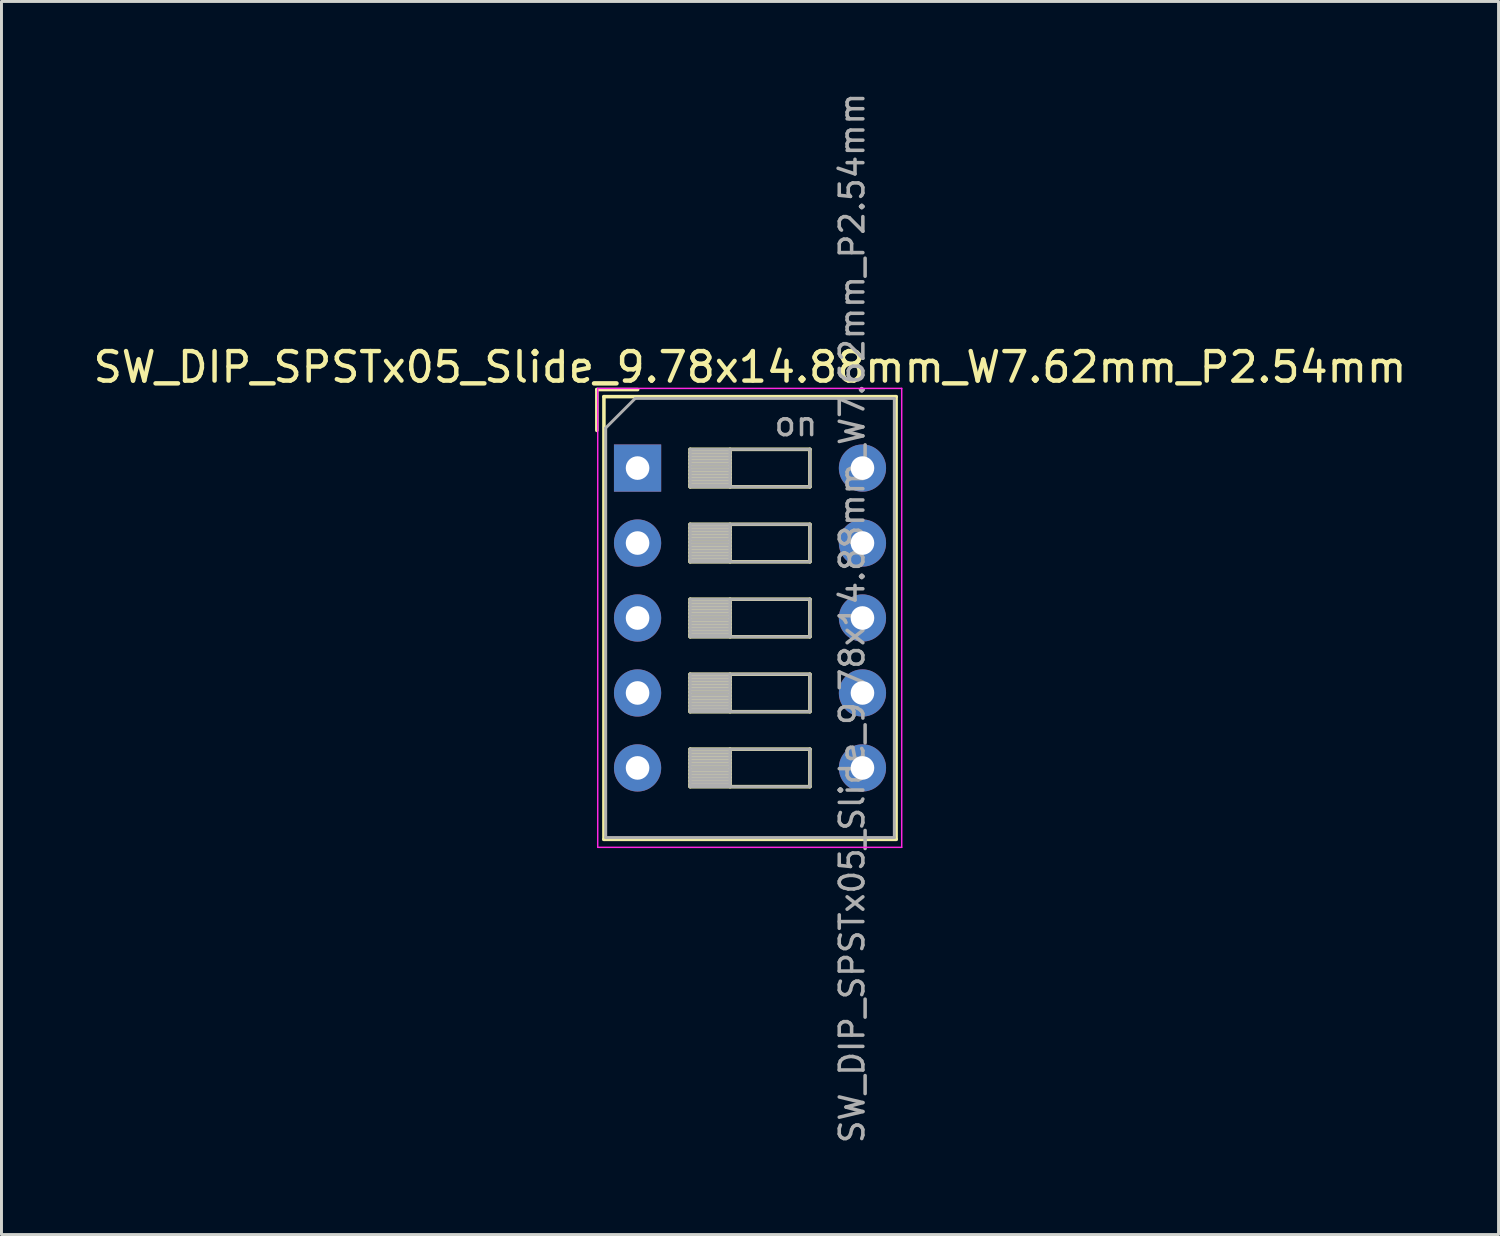
<source format=kicad_pcb>
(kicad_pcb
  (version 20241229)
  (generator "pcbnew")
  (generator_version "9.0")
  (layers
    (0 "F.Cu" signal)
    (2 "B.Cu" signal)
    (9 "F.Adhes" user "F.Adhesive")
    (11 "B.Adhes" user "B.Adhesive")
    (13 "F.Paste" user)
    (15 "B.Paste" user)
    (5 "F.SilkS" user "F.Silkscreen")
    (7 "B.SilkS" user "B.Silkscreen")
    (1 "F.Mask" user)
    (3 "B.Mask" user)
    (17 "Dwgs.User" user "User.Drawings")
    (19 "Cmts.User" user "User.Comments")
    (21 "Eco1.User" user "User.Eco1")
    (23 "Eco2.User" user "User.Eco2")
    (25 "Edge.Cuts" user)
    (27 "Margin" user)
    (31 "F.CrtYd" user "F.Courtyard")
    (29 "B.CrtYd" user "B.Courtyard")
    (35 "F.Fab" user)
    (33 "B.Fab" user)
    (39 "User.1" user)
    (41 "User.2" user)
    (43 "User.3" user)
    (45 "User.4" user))
  (footprint "SW_DIP_SPSTx05_Slide_9.78x14.88mm_W7.62mm_P2.54mm"
    (layer "F.Cu")
    (at 18.553 12.81)
    (property "Reference" "SW_DIP_SPSTx05_Slide_9.78x14.88mm_W7.62mm_P2.54mm" (at 3.81 -3.42 0) (layer "F.SilkS") (effects (font (size 1 1) (thickness 0.15))))
    (attr through_hole)
    (fp_line (start -1.38 -2.66) (end -1.38 -1.277) (stroke (width 0.12) (type solid)) (layer "F.SilkS"))
    (fp_line (start -1.38 -2.66) (end 0.004 -2.66) (stroke (width 0.12) (type solid)) (layer "F.SilkS"))
    (fp_line (start -1.14 -2.42) (end -1.14 12.58) (stroke (width 0.12) (type solid)) (layer "F.SilkS"))
    (fp_line (start -1.14 -2.42) (end 8.76 -2.42) (stroke (width 0.12) (type solid)) (layer "F.SilkS"))
    (fp_line (start -1.14 12.58) (end 8.76 12.58) (stroke (width 0.12) (type solid)) (layer "F.SilkS"))
    (fp_line (start 1.78 -0.635) (end 1.78 0.635) (stroke (width 0.12) (type solid)) (layer "F.SilkS"))
    (fp_line (start 1.78 -0.515) (end 3.133 -0.515) (stroke (width 0.12) (type solid)) (layer "F.SilkS"))
    (fp_line (start 1.78 -0.395) (end 3.133 -0.395) (stroke (width 0.12) (type solid)) (layer "F.SilkS"))
    (fp_line (start 1.78 -0.275) (end 3.133 -0.275) (stroke (width 0.12) (type solid)) (layer "F.SilkS"))
    (fp_line (start 1.78 -0.155) (end 3.133 -0.155) (stroke (width 0.12) (type solid)) (layer "F.SilkS"))
    (fp_line (start 1.78 -0.035) (end 3.133 -0.035) (stroke (width 0.12) (type solid)) (layer "F.SilkS"))
    (fp_line (start 1.78 0.085) (end 3.133 0.085) (stroke (width 0.12) (type solid)) (layer "F.SilkS"))
    (fp_line (start 1.78 0.205) (end 3.133 0.205) (stroke (width 0.12) (type solid)) (layer "F.SilkS"))
    (fp_line (start 1.78 0.325) (end 3.133 0.325) (stroke (width 0.12) (type solid)) (layer "F.SilkS"))
    (fp_line (start 1.78 0.445) (end 3.133 0.445) (stroke (width 0.12) (type solid)) (layer "F.SilkS"))
    (fp_line (start 1.78 0.565) (end 3.133 0.565) (stroke (width 0.12) (type solid)) (layer "F.SilkS"))
    (fp_line (start 1.78 0.635) (end 5.84 0.635) (stroke (width 0.12) (type solid)) (layer "F.SilkS"))
    (fp_line (start 1.78 1.905) (end 1.78 3.175) (stroke (width 0.12) (type solid)) (layer "F.SilkS"))
    (fp_line (start 1.78 2.025) (end 3.133 2.025) (stroke (width 0.12) (type solid)) (layer "F.SilkS"))
    (fp_line (start 1.78 2.145) (end 3.133 2.145) (stroke (width 0.12) (type solid)) (layer "F.SilkS"))
    (fp_line (start 1.78 2.265) (end 3.133 2.265) (stroke (width 0.12) (type solid)) (layer "F.SilkS"))
    (fp_line (start 1.78 2.385) (end 3.133 2.385) (stroke (width 0.12) (type solid)) (layer "F.SilkS"))
    (fp_line (start 1.78 2.505) (end 3.133 2.505) (stroke (width 0.12) (type solid)) (layer "F.SilkS"))
    (fp_line (start 1.78 2.625) (end 3.133 2.625) (stroke (width 0.12) (type solid)) (layer "F.SilkS"))
    (fp_line (start 1.78 2.745) (end 3.133 2.745) (stroke (width 0.12) (type solid)) (layer "F.SilkS"))
    (fp_line (start 1.78 2.865) (end 3.133 2.865) (stroke (width 0.12) (type solid)) (layer "F.SilkS"))
    (fp_line (start 1.78 2.985) (end 3.133 2.985) (stroke (width 0.12) (type solid)) (layer "F.SilkS"))
    (fp_line (start 1.78 3.105) (end 3.133 3.105) (stroke (width 0.12) (type solid)) (layer "F.SilkS"))
    (fp_line (start 1.78 3.175) (end 5.84 3.175) (stroke (width 0.12) (type solid)) (layer "F.SilkS"))
    (fp_line (start 1.78 4.445) (end 1.78 5.715) (stroke (width 0.12) (type solid)) (layer "F.SilkS"))
    (fp_line (start 1.78 4.565) (end 3.133 4.565) (stroke (width 0.12) (type solid)) (layer "F.SilkS"))
    (fp_line (start 1.78 4.685) (end 3.133 4.685) (stroke (width 0.12) (type solid)) (layer "F.SilkS"))
    (fp_line (start 1.78 4.805) (end 3.133 4.805) (stroke (width 0.12) (type solid)) (layer "F.SilkS"))
    (fp_line (start 1.78 4.925) (end 3.133 4.925) (stroke (width 0.12) (type solid)) (layer "F.SilkS"))
    (fp_line (start 1.78 5.045) (end 3.133 5.045) (stroke (width 0.12) (type solid)) (layer "F.SilkS"))
    (fp_line (start 1.78 5.165) (end 3.133 5.165) (stroke (width 0.12) (type solid)) (layer "F.SilkS"))
    (fp_line (start 1.78 5.285) (end 3.133 5.285) (stroke (width 0.12) (type solid)) (layer "F.SilkS"))
    (fp_line (start 1.78 5.405) (end 3.133 5.405) (stroke (width 0.12) (type solid)) (layer "F.SilkS"))
    (fp_line (start 1.78 5.525) (end 3.133 5.525) (stroke (width 0.12) (type solid)) (layer "F.SilkS"))
    (fp_line (start 1.78 5.645) (end 3.133 5.645) (stroke (width 0.12) (type solid)) (layer "F.SilkS"))
    (fp_line (start 1.78 5.715) (end 5.84 5.715) (stroke (width 0.12) (type solid)) (layer "F.SilkS"))
    (fp_line (start 1.78 6.985) (end 1.78 8.255) (stroke (width 0.12) (type solid)) (layer "F.SilkS"))
    (fp_line (start 1.78 7.105) (end 3.133 7.105) (stroke (width 0.12) (type solid)) (layer "F.SilkS"))
    (fp_line (start 1.78 7.225) (end 3.133 7.225) (stroke (width 0.12) (type solid)) (layer "F.SilkS"))
    (fp_line (start 1.78 7.345) (end 3.133 7.345) (stroke (width 0.12) (type solid)) (layer "F.SilkS"))
    (fp_line (start 1.78 7.465) (end 3.133 7.465) (stroke (width 0.12) (type solid)) (layer "F.SilkS"))
    (fp_line (start 1.78 7.585) (end 3.133 7.585) (stroke (width 0.12) (type solid)) (layer "F.SilkS"))
    (fp_line (start 1.78 7.705) (end 3.133 7.705) (stroke (width 0.12) (type solid)) (layer "F.SilkS"))
    (fp_line (start 1.78 7.825) (end 3.133 7.825) (stroke (width 0.12) (type solid)) (layer "F.SilkS"))
    (fp_line (start 1.78 7.945) (end 3.133 7.945) (stroke (width 0.12) (type solid)) (layer "F.SilkS"))
    (fp_line (start 1.78 8.065) (end 3.133 8.065) (stroke (width 0.12) (type solid)) (layer "F.SilkS"))
    (fp_line (start 1.78 8.185) (end 3.133 8.185) (stroke (width 0.12) (type solid)) (layer "F.SilkS"))
    (fp_line (start 1.78 8.255) (end 5.84 8.255) (stroke (width 0.12) (type solid)) (layer "F.SilkS"))
    (fp_line (start 1.78 9.525) (end 1.78 10.795) (stroke (width 0.12) (type solid)) (layer "F.SilkS"))
    (fp_line (start 1.78 9.645) (end 3.133 9.645) (stroke (width 0.12) (type solid)) (layer "F.SilkS"))
    (fp_line (start 1.78 9.765) (end 3.133 9.765) (stroke (width 0.12) (type solid)) (layer "F.SilkS"))
    (fp_line (start 1.78 9.885) (end 3.133 9.885) (stroke (width 0.12) (type solid)) (layer "F.SilkS"))
    (fp_line (start 1.78 10.005) (end 3.133 10.005) (stroke (width 0.12) (type solid)) (layer "F.SilkS"))
    (fp_line (start 1.78 10.125) (end 3.133 10.125) (stroke (width 0.12) (type solid)) (layer "F.SilkS"))
    (fp_line (start 1.78 10.245) (end 3.133 10.245) (stroke (width 0.12) (type solid)) (layer "F.SilkS"))
    (fp_line (start 1.78 10.365) (end 3.133 10.365) (stroke (width 0.12) (type solid)) (layer "F.SilkS"))
    (fp_line (start 1.78 10.485) (end 3.133 10.485) (stroke (width 0.12) (type solid)) (layer "F.SilkS"))
    (fp_line (start 1.78 10.605) (end 3.133 10.605) (stroke (width 0.12) (type solid)) (layer "F.SilkS"))
    (fp_line (start 1.78 10.725) (end 3.133 10.725) (stroke (width 0.12) (type solid)) (layer "F.SilkS"))
    (fp_line (start 1.78 10.795) (end 5.84 10.795) (stroke (width 0.12) (type solid)) (layer "F.SilkS"))
    (fp_line (start 3.133 -0.635) (end 3.133 0.635) (stroke (width 0.12) (type solid)) (layer "F.SilkS"))
    (fp_line (start 3.133 1.905) (end 3.133 3.175) (stroke (width 0.12) (type solid)) (layer "F.SilkS"))
    (fp_line (start 3.133 4.445) (end 3.133 5.715) (stroke (width 0.12) (type solid)) (layer "F.SilkS"))
    (fp_line (start 3.133 6.985) (end 3.133 8.255) (stroke (width 0.12) (type solid)) (layer "F.SilkS"))
    (fp_line (start 3.133 9.525) (end 3.133 10.795) (stroke (width 0.12) (type solid)) (layer "F.SilkS"))
    (fp_line (start 5.84 -0.635) (end 1.78 -0.635) (stroke (width 0.12) (type solid)) (layer "F.SilkS"))
    (fp_line (start 5.84 0.635) (end 5.84 -0.635) (stroke (width 0.12) (type solid)) (layer "F.SilkS"))
    (fp_line (start 5.84 1.905) (end 1.78 1.905) (stroke (width 0.12) (type solid)) (layer "F.SilkS"))
    (fp_line (start 5.84 3.175) (end 5.84 1.905) (stroke (width 0.12) (type solid)) (layer "F.SilkS"))
    (fp_line (start 5.84 4.445) (end 1.78 4.445) (stroke (width 0.12) (type solid)) (layer "F.SilkS"))
    (fp_line (start 5.84 5.715) (end 5.84 4.445) (stroke (width 0.12) (type solid)) (layer "F.SilkS"))
    (fp_line (start 5.84 6.985) (end 1.78 6.985) (stroke (width 0.12) (type solid)) (layer "F.SilkS"))
    (fp_line (start 5.84 8.255) (end 5.84 6.985) (stroke (width 0.12) (type solid)) (layer "F.SilkS"))
    (fp_line (start 5.84 9.525) (end 1.78 9.525) (stroke (width 0.12) (type solid)) (layer "F.SilkS"))
    (fp_line (start 5.84 10.795) (end 5.84 9.525) (stroke (width 0.12) (type solid)) (layer "F.SilkS"))
    (fp_line (start 8.76 -2.42) (end 8.76 12.58) (stroke (width 0.12) (type solid)) (layer "F.SilkS"))
    (fp_line (start -1.35 -2.7) (end -1.35 12.85) (stroke (width 0.05) (type solid)) (layer "F.CrtYd"))
    (fp_line (start -1.35 12.85) (end 8.95 12.85) (stroke (width 0.05) (type solid)) (layer "F.CrtYd"))
    (fp_line (start 8.95 -2.7) (end -1.35 -2.7) (stroke (width 0.05) (type solid)) (layer "F.CrtYd"))
    (fp_line (start 8.95 12.85) (end 8.95 -2.7) (stroke (width 0.05) (type solid)) (layer "F.CrtYd"))
    (fp_line (start -1.08 -1.36) (end -0.08 -2.36) (stroke (width 0.1) (type solid)) (layer "F.Fab"))
    (fp_line (start -1.08 12.52) (end -1.08 -1.36) (stroke (width 0.1) (type solid)) (layer "F.Fab"))
    (fp_line (start -0.08 -2.36) (end 8.7 -2.36) (stroke (width 0.1) (type solid)) (layer "F.Fab"))
    (fp_line (start 1.78 -0.635) (end 1.78 0.635) (stroke (width 0.1) (type solid)) (layer "F.Fab"))
    (fp_line (start 1.78 -0.535) (end 3.133 -0.535) (stroke (width 0.1) (type solid)) (layer "F.Fab"))
    (fp_line (start 1.78 -0.435) (end 3.133 -0.435) (stroke (width 0.1) (type solid)) (layer "F.Fab"))
    (fp_line (start 1.78 -0.335) (end 3.133 -0.335) (stroke (width 0.1) (type solid)) (layer "F.Fab"))
    (fp_line (start 1.78 -0.235) (end 3.133 -0.235) (stroke (width 0.1) (type solid)) (layer "F.Fab"))
    (fp_line (start 1.78 -0.135) (end 3.133 -0.135) (stroke (width 0.1) (type solid)) (layer "F.Fab"))
    (fp_line (start 1.78 -0.035) (end 3.133 -0.035) (stroke (width 0.1) (type solid)) (layer "F.Fab"))
    (fp_line (start 1.78 0.065) (end 3.133 0.065) (stroke (width 0.1) (type solid)) (layer "F.Fab"))
    (fp_line (start 1.78 0.165) (end 3.133 0.165) (stroke (width 0.1) (type solid)) (layer "F.Fab"))
    (fp_line (start 1.78 0.265) (end 3.133 0.265) (stroke (width 0.1) (type solid)) (layer "F.Fab"))
    (fp_line (start 1.78 0.365) (end 3.133 0.365) (stroke (width 0.1) (type solid)) (layer "F.Fab"))
    (fp_line (start 1.78 0.465) (end 3.133 0.465) (stroke (width 0.1) (type solid)) (layer "F.Fab"))
    (fp_line (start 1.78 0.565) (end 3.133 0.565) (stroke (width 0.1) (type solid)) (layer "F.Fab"))
    (fp_line (start 1.78 0.635) (end 5.84 0.635) (stroke (width 0.1) (type solid)) (layer "F.Fab"))
    (fp_line (start 1.78 1.905) (end 1.78 3.175) (stroke (width 0.1) (type solid)) (layer "F.Fab"))
    (fp_line (start 1.78 2.005) (end 3.133 2.005) (stroke (width 0.1) (type solid)) (layer "F.Fab"))
    (fp_line (start 1.78 2.105) (end 3.133 2.105) (stroke (width 0.1) (type solid)) (layer "F.Fab"))
    (fp_line (start 1.78 2.205) (end 3.133 2.205) (stroke (width 0.1) (type solid)) (layer "F.Fab"))
    (fp_line (start 1.78 2.305) (end 3.133 2.305) (stroke (width 0.1) (type solid)) (layer "F.Fab"))
    (fp_line (start 1.78 2.405) (end 3.133 2.405) (stroke (width 0.1) (type solid)) (layer "F.Fab"))
    (fp_line (start 1.78 2.505) (end 3.133 2.505) (stroke (width 0.1) (type solid)) (layer "F.Fab"))
    (fp_line (start 1.78 2.605) (end 3.133 2.605) (stroke (width 0.1) (type solid)) (layer "F.Fab"))
    (fp_line (start 1.78 2.705) (end 3.133 2.705) (stroke (width 0.1) (type solid)) (layer "F.Fab"))
    (fp_line (start 1.78 2.805) (end 3.133 2.805) (stroke (width 0.1) (type solid)) (layer "F.Fab"))
    (fp_line (start 1.78 2.905) (end 3.133 2.905) (stroke (width 0.1) (type solid)) (layer "F.Fab"))
    (fp_line (start 1.78 3.005) (end 3.133 3.005) (stroke (width 0.1) (type solid)) (layer "F.Fab"))
    (fp_line (start 1.78 3.105) (end 3.133 3.105) (stroke (width 0.1) (type solid)) (layer "F.Fab"))
    (fp_line (start 1.78 3.175) (end 5.84 3.175) (stroke (width 0.1) (type solid)) (layer "F.Fab"))
    (fp_line (start 1.78 4.445) (end 1.78 5.715) (stroke (width 0.1) (type solid)) (layer "F.Fab"))
    (fp_line (start 1.78 4.545) (end 3.133 4.545) (stroke (width 0.1) (type solid)) (layer "F.Fab"))
    (fp_line (start 1.78 4.645) (end 3.133 4.645) (stroke (width 0.1) (type solid)) (layer "F.Fab"))
    (fp_line (start 1.78 4.745) (end 3.133 4.745) (stroke (width 0.1) (type solid)) (layer "F.Fab"))
    (fp_line (start 1.78 4.845) (end 3.133 4.845) (stroke (width 0.1) (type solid)) (layer "F.Fab"))
    (fp_line (start 1.78 4.945) (end 3.133 4.945) (stroke (width 0.1) (type solid)) (layer "F.Fab"))
    (fp_line (start 1.78 5.045) (end 3.133 5.045) (stroke (width 0.1) (type solid)) (layer "F.Fab"))
    (fp_line (start 1.78 5.145) (end 3.133 5.145) (stroke (width 0.1) (type solid)) (layer "F.Fab"))
    (fp_line (start 1.78 5.245) (end 3.133 5.245) (stroke (width 0.1) (type solid)) (layer "F.Fab"))
    (fp_line (start 1.78 5.345) (end 3.133 5.345) (stroke (width 0.1) (type solid)) (layer "F.Fab"))
    (fp_line (start 1.78 5.445) (end 3.133 5.445) (stroke (width 0.1) (type solid)) (layer "F.Fab"))
    (fp_line (start 1.78 5.545) (end 3.133 5.545) (stroke (width 0.1) (type solid)) (layer "F.Fab"))
    (fp_line (start 1.78 5.645) (end 3.133 5.645) (stroke (width 0.1) (type solid)) (layer "F.Fab"))
    (fp_line (start 1.78 5.715) (end 5.84 5.715) (stroke (width 0.1) (type solid)) (layer "F.Fab"))
    (fp_line (start 1.78 6.985) (end 1.78 8.255) (stroke (width 0.1) (type solid)) (layer "F.Fab"))
    (fp_line (start 1.78 7.085) (end 3.133 7.085) (stroke (width 0.1) (type solid)) (layer "F.Fab"))
    (fp_line (start 1.78 7.185) (end 3.133 7.185) (stroke (width 0.1) (type solid)) (layer "F.Fab"))
    (fp_line (start 1.78 7.285) (end 3.133 7.285) (stroke (width 0.1) (type solid)) (layer "F.Fab"))
    (fp_line (start 1.78 7.385) (end 3.133 7.385) (stroke (width 0.1) (type solid)) (layer "F.Fab"))
    (fp_line (start 1.78 7.485) (end 3.133 7.485) (stroke (width 0.1) (type solid)) (layer "F.Fab"))
    (fp_line (start 1.78 7.585) (end 3.133 7.585) (stroke (width 0.1) (type solid)) (layer "F.Fab"))
    (fp_line (start 1.78 7.685) (end 3.133 7.685) (stroke (width 0.1) (type solid)) (layer "F.Fab"))
    (fp_line (start 1.78 7.785) (end 3.133 7.785) (stroke (width 0.1) (type solid)) (layer "F.Fab"))
    (fp_line (start 1.78 7.885) (end 3.133 7.885) (stroke (width 0.1) (type solid)) (layer "F.Fab"))
    (fp_line (start 1.78 7.985) (end 3.133 7.985) (stroke (width 0.1) (type solid)) (layer "F.Fab"))
    (fp_line (start 1.78 8.085) (end 3.133 8.085) (stroke (width 0.1) (type solid)) (layer "F.Fab"))
    (fp_line (start 1.78 8.185) (end 3.133 8.185) (stroke (width 0.1) (type solid)) (layer "F.Fab"))
    (fp_line (start 1.78 8.255) (end 5.84 8.255) (stroke (width 0.1) (type solid)) (layer "F.Fab"))
    (fp_line (start 1.78 9.525) (end 1.78 10.795) (stroke (width 0.1) (type solid)) (layer "F.Fab"))
    (fp_line (start 1.78 9.625) (end 3.133 9.625) (stroke (width 0.1) (type solid)) (layer "F.Fab"))
    (fp_line (start 1.78 9.725) (end 3.133 9.725) (stroke (width 0.1) (type solid)) (layer "F.Fab"))
    (fp_line (start 1.78 9.825) (end 3.133 9.825) (stroke (width 0.1) (type solid)) (layer "F.Fab"))
    (fp_line (start 1.78 9.925) (end 3.133 9.925) (stroke (width 0.1) (type solid)) (layer "F.Fab"))
    (fp_line (start 1.78 10.025) (end 3.133 10.025) (stroke (width 0.1) (type solid)) (layer "F.Fab"))
    (fp_line (start 1.78 10.125) (end 3.133 10.125) (stroke (width 0.1) (type solid)) (layer "F.Fab"))
    (fp_line (start 1.78 10.225) (end 3.133 10.225) (stroke (width 0.1) (type solid)) (layer "F.Fab"))
    (fp_line (start 1.78 10.325) (end 3.133 10.325) (stroke (width 0.1) (type solid)) (layer "F.Fab"))
    (fp_line (start 1.78 10.425) (end 3.133 10.425) (stroke (width 0.1) (type solid)) (layer "F.Fab"))
    (fp_line (start 1.78 10.525) (end 3.133 10.525) (stroke (width 0.1) (type solid)) (layer "F.Fab"))
    (fp_line (start 1.78 10.625) (end 3.133 10.625) (stroke (width 0.1) (type solid)) (layer "F.Fab"))
    (fp_line (start 1.78 10.725) (end 3.133 10.725) (stroke (width 0.1) (type solid)) (layer "F.Fab"))
    (fp_line (start 1.78 10.795) (end 5.84 10.795) (stroke (width 0.1) (type solid)) (layer "F.Fab"))
    (fp_line (start 3.133 -0.635) (end 3.133 0.635) (stroke (width 0.1) (type solid)) (layer "F.Fab"))
    (fp_line (start 3.133 1.905) (end 3.133 3.175) (stroke (width 0.1) (type solid)) (layer "F.Fab"))
    (fp_line (start 3.133 4.445) (end 3.133 5.715) (stroke (width 0.1) (type solid)) (layer "F.Fab"))
    (fp_line (start 3.133 6.985) (end 3.133 8.255) (stroke (width 0.1) (type solid)) (layer "F.Fab"))
    (fp_line (start 3.133 9.525) (end 3.133 10.795) (stroke (width 0.1) (type solid)) (layer "F.Fab"))
    (fp_line (start 5.84 -0.635) (end 1.78 -0.635) (stroke (width 0.1) (type solid)) (layer "F.Fab"))
    (fp_line (start 5.84 0.635) (end 5.84 -0.635) (stroke (width 0.1) (type solid)) (layer "F.Fab"))
    (fp_line (start 5.84 1.905) (end 1.78 1.905) (stroke (width 0.1) (type solid)) (layer "F.Fab"))
    (fp_line (start 5.84 3.175) (end 5.84 1.905) (stroke (width 0.1) (type solid)) (layer "F.Fab"))
    (fp_line (start 5.84 4.445) (end 1.78 4.445) (stroke (width 0.1) (type solid)) (layer "F.Fab"))
    (fp_line (start 5.84 5.715) (end 5.84 4.445) (stroke (width 0.1) (type solid)) (layer "F.Fab"))
    (fp_line (start 5.84 6.985) (end 1.78 6.985) (stroke (width 0.1) (type solid)) (layer "F.Fab"))
    (fp_line (start 5.84 8.255) (end 5.84 6.985) (stroke (width 0.1) (type solid)) (layer "F.Fab"))
    (fp_line (start 5.84 9.525) (end 1.78 9.525) (stroke (width 0.1) (type solid)) (layer "F.Fab"))
    (fp_line (start 5.84 10.795) (end 5.84 9.525) (stroke (width 0.1) (type solid)) (layer "F.Fab"))
    (fp_line (start 8.7 -2.36) (end 8.7 12.52) (stroke (width 0.1) (type solid)) (layer "F.Fab"))
    (fp_line (start 8.7 12.52) (end -1.08 12.52) (stroke (width 0.1) (type solid)) (layer "F.Fab"))
    (fp_text user "${REFERENCE}" (at 7.27 5.08 90) (layer "F.Fab") (effects (font (size 0.8 0.8) (thickness 0.12))))
    (fp_text user "on" (at 5.365 -1.498 0) (layer "F.Fab") (effects (font (size 0.8 0.8) (thickness 0.12))))
    (pad "1" thru_hole rect (at 0 0) (size 1.6 1.6) (drill 0.8) (layers "*.Cu" "*.Mask"))
    (pad "2" thru_hole oval (at 0 2.54) (size 1.6 1.6) (drill 0.8) (layers "*.Cu" "*.Mask"))
    (pad "3" thru_hole oval (at 0 5.08) (size 1.6 1.6) (drill 0.8) (layers "*.Cu" "*.Mask"))
    (pad "4" thru_hole oval (at 0 7.62) (size 1.6 1.6) (drill 0.8) (layers "*.Cu" "*.Mask"))
    (pad "5" thru_hole oval (at 0 10.16) (size 1.6 1.6) (drill 0.8) (layers "*.Cu" "*.Mask"))
    (pad "6" thru_hole oval (at 7.62 10.16) (size 1.6 1.6) (drill 0.8) (layers "*.Cu" "*.Mask"))
    (pad "7" thru_hole oval (at 7.62 7.62) (size 1.6 1.6) (drill 0.8) (layers "*.Cu" "*.Mask"))
    (pad "8" thru_hole oval (at 7.62 5.08) (size 1.6 1.6) (drill 0.8) (layers "*.Cu" "*.Mask"))
    (pad "9" thru_hole oval (at 7.62 2.54) (size 1.6 1.6) (drill 0.8) (layers "*.Cu" "*.Mask"))
    (pad "10" thru_hole oval (at 7.62 0) (size 1.6 1.6) (drill 0.8) (layers "*.Cu" "*.Mask")))
  (gr_rect
    (start -3 -3)
    (end 47.726 38.781)
    (stroke (width 0.1) (type default))
    (fill no)
    (layer "Edge.Cuts")))
</source>
